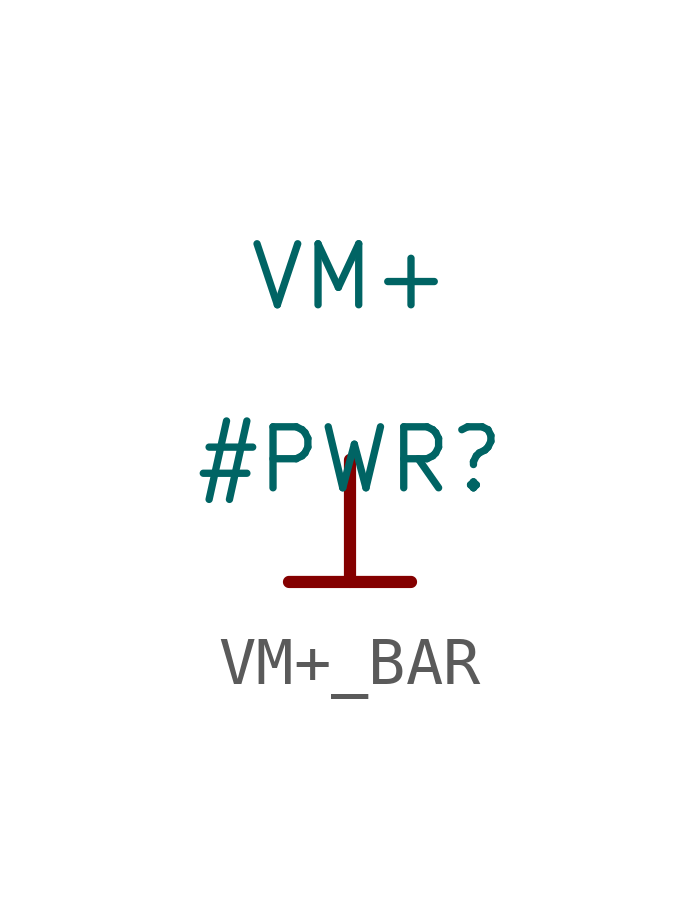
<source format=kicad_sym>
(kicad_symbol_lib
  (version 20231120)
  (generator "kicad_symbol_editor")
  (generator_version "8.0")
  (symbol "VM+_BAR"
    (power)
    (property "Reference" "#PWR"
      (at 0 0 0)
      (effects (font (size 1.27 1.27))))
    (property "Value" "VM+"
      (at 0 3.81 0)
      (effects (font (size 1.27 1.27))))
    (symbol "VM+_BAR_0_0"
      (polyline (pts (xy -1.27 -2.54) (xy 1.27 -2.54)) (stroke (width 0.254) (type solid)) (fill (type none)))
      (polyline (pts (xy 0 0) (xy 0 -2.54)) (stroke (width 0.254) (type solid)) (fill (type none)))
      (pin power_in line (at 0 0 0) (length 0) hide (name "VM+" (effects (font (size 1.27 1.27)))) (number "" (effects (font (size 1.27 1.27))))))))
</source>
